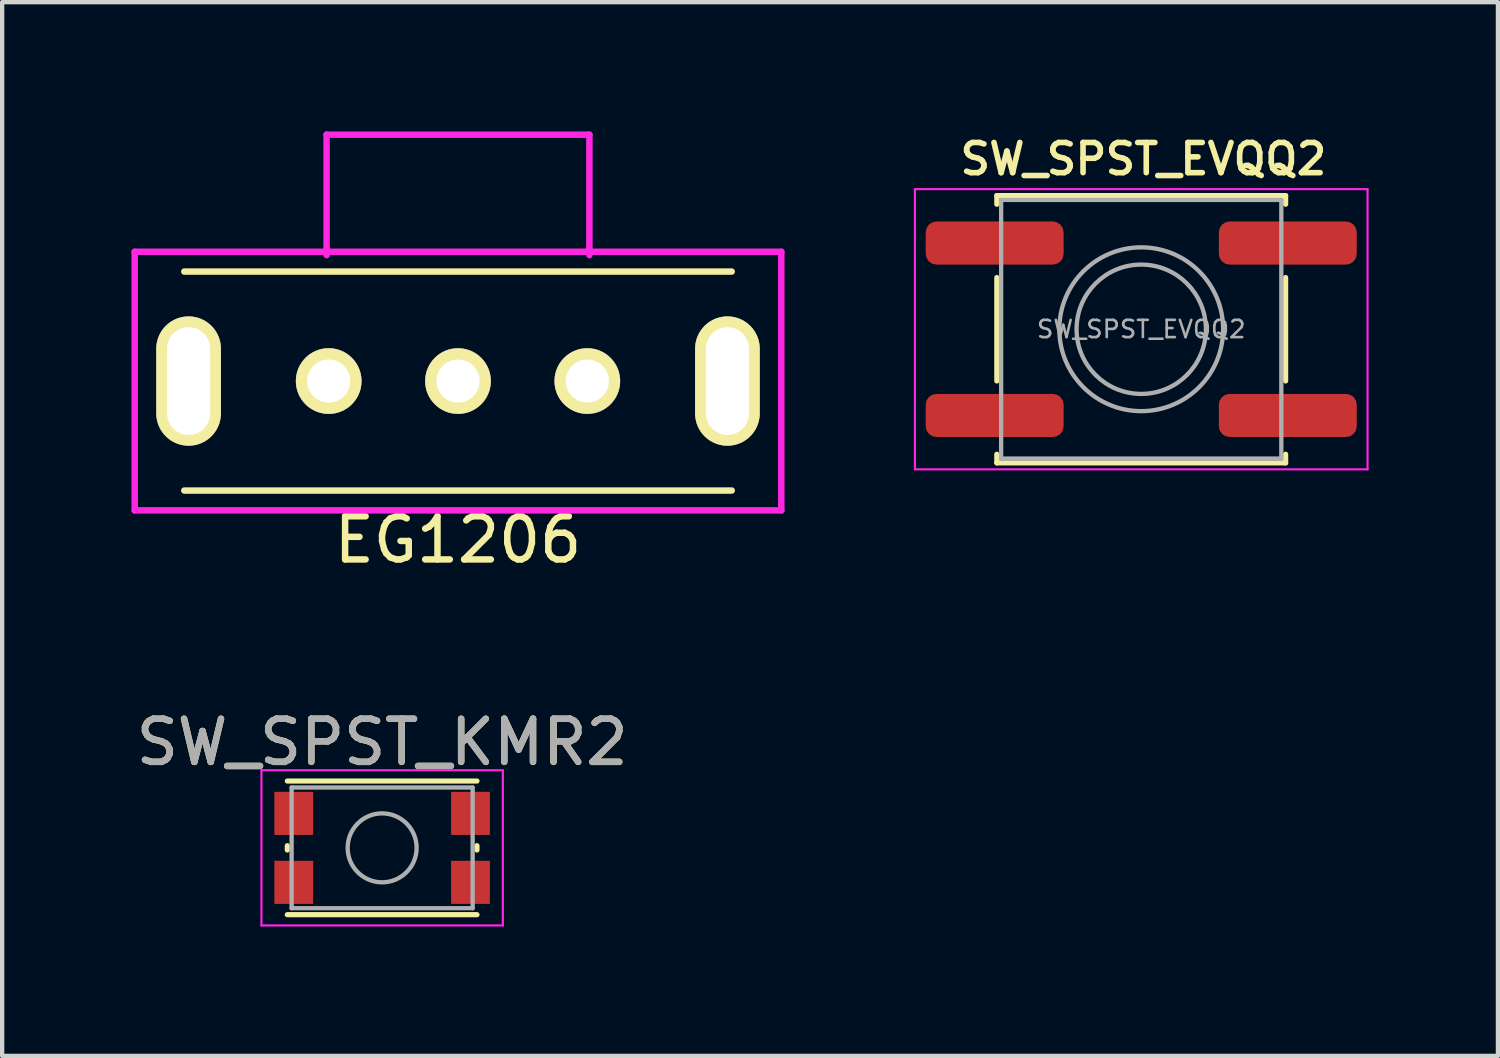
<source format=kicad_pcb>
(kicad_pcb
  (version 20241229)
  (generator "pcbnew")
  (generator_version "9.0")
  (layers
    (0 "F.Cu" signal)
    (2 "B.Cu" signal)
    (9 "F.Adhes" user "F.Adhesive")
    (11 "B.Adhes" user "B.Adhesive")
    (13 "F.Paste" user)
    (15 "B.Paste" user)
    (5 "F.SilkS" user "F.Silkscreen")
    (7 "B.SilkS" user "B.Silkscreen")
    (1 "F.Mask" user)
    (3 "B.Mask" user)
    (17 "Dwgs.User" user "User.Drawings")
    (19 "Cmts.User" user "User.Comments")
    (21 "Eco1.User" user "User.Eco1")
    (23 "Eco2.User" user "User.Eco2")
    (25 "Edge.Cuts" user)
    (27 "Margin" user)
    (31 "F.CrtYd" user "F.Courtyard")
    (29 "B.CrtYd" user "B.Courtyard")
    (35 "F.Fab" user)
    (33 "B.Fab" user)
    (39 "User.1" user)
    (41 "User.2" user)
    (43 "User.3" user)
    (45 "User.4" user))
  (footprint "SW_SPST_KMR2"
    (layer "F.Cu")
    (at 5.815 16.619)
    (property "Reference" "SW_SPST_KMR2" (at 0 -2.45 0) (layer "F.SilkS") (effects (font (size 1 1) (thickness 0.15))))
    (attr smd)
    (fp_line (start -2.2 0.05) (end -2.2 -0.05) (stroke (width 0.12) (type solid)) (layer "F.SilkS"))
    (fp_line (start -2.2 1.55) (end 2.2 1.55) (stroke (width 0.12) (type solid)) (layer "F.SilkS"))
    (fp_line (start 2.2 -1.55) (end -2.2 -1.55) (stroke (width 0.12) (type solid)) (layer "F.SilkS"))
    (fp_line (start 2.2 0.05) (end 2.2 -0.05) (stroke (width 0.12) (type solid)) (layer "F.SilkS"))
    (fp_line (start -2.8 -1.8) (end 2.8 -1.8) (stroke (width 0.05) (type solid)) (layer "F.CrtYd"))
    (fp_line (start -2.8 1.8) (end -2.8 -1.8) (stroke (width 0.05) (type solid)) (layer "F.CrtYd"))
    (fp_line (start 2.8 -1.8) (end 2.8 1.8) (stroke (width 0.05) (type solid)) (layer "F.CrtYd"))
    (fp_line (start 2.8 1.8) (end -2.8 1.8) (stroke (width 0.05) (type solid)) (layer "F.CrtYd"))
    (fp_line (start -2.1 -1.4) (end 2.1 -1.4) (stroke (width 0.1) (type solid)) (layer "F.Fab"))
    (fp_line (start -2.1 1.4) (end -2.1 -1.4) (stroke (width 0.1) (type solid)) (layer "F.Fab"))
    (fp_line (start 2.1 -1.4) (end 2.1 1.4) (stroke (width 0.1) (type solid)) (layer "F.Fab"))
    (fp_line (start 2.1 1.4) (end -2.1 1.4) (stroke (width 0.1) (type solid)) (layer "F.Fab"))
    (fp_circle (center 0 0) (end 0 0.8) (stroke (width 0.1) (type solid)) (fill no) (layer "F.Fab"))
    (fp_text user "${REFERENCE}" (at 0 -2.45 0) (layer "F.Fab") (effects (font (size 1 1) (thickness 0.15))))
    (pad "1" smd rect (at -2.05 -0.8) (size 0.9 1) (layers "F.Cu" "F.Mask" "F.Paste"))
    (pad "1" smd rect (at 2.05 -0.8) (size 0.9 1) (layers "F.Cu" "F.Mask" "F.Paste"))
    (pad "2" smd rect (at -2.05 0.8) (size 0.9 1) (layers "F.Cu" "F.Mask" "F.Paste"))
    (pad "2" smd rect (at 2.05 0.8) (size 0.9 1) (layers "F.Cu" "F.Mask" "F.Paste")))
  (footprint "EG1206"
    (layer "F.Cu")
    (at 7.575 5.79)
    (property "Reference" "EG1206" (at 0 3.683 0) (layer "F.SilkS") (effects (font (size 1 1) (thickness 0.15))))
    (attr through_hole)
    (fp_line (start 6.35 -2.54) (end -6.35 -2.54) (stroke (width 0.15) (type solid)) (layer "F.SilkS"))
    (fp_line (start 6.35 2.54) (end -6.35 2.54) (stroke (width 0.15) (type solid)) (layer "F.SilkS"))
    (fp_line (start -7.5 -3) (end -7.5 3) (stroke (width 0.15) (type solid)) (layer "F.CrtYd"))
    (fp_line (start -7.5 -3) (end 7.5 -3) (stroke (width 0.15) (type solid)) (layer "F.CrtYd"))
    (fp_line (start -7.5 3) (end 7.5 3) (stroke (width 0.15) (type solid)) (layer "F.CrtYd"))
    (fp_line (start -3.048 -5.715) (end -3.048 -2.921) (stroke (width 0.15) (type solid)) (layer "F.CrtYd"))
    (fp_line (start -3.048 -5.715) (end 3.048 -5.715) (stroke (width 0.15) (type solid)) (layer "F.CrtYd"))
    (fp_line (start 3.048 -5.715) (end 3.048 -2.921) (stroke (width 0.15) (type solid)) (layer "F.CrtYd"))
    (fp_line (start 7.5 -3) (end 7.5 3) (stroke (width 0.15) (type solid)) (layer "F.CrtYd"))
    (pad "" np_thru_hole oval (at -6.25 0 90) (size 3 1.5) (drill oval 2.5 1) (layers "*.Cu" "*.Mask" "F.SilkS"))
    (pad "" np_thru_hole oval (at 6.25 0 90) (size 3 1.5) (drill oval 2.5 1) (layers "*.Cu" "*.Mask" "F.SilkS"))
    (pad "1" thru_hole circle (at -3 0) (size 1.524 1.524) (drill 1) (layers "*.Cu" "*.Mask" "F.SilkS"))
    (pad "2" thru_hole circle (at 0 0) (size 1.524 1.524) (drill 1) (layers "*.Cu" "*.Mask" "F.SilkS"))
    (pad "3" thru_hole circle (at 3 0) (size 1.524 1.524) (drill 1) (layers "*.Cu" "*.Mask" "F.SilkS")))
  (footprint "SW_SPST_EVQQ2"
    (layer "F.Cu")
    (at 23.425 4.588)
    (property "Reference" "SW_SPST_EVQQ2" (at 0.05 -3.95 0) (layer "F.SilkS") (effects (font (size 0.7 0.7) (thickness 0.13))))
    (attr smd)
    (fp_line (start -3.35 -3.1) (end -3.35 -2.9) (stroke (width 0.12) (type solid)) (layer "F.SilkS"))
    (fp_line (start -3.35 -1.2) (end -3.35 1.2) (stroke (width 0.12) (type solid)) (layer "F.SilkS"))
    (fp_line (start -3.35 3.1) (end -3.35 2.9) (stroke (width 0.12) (type solid)) (layer "F.SilkS"))
    (fp_line (start -3.35 3.1) (end 3.35 3.1) (stroke (width 0.12) (type solid)) (layer "F.SilkS"))
    (fp_line (start 3.35 -3.1) (end -3.35 -3.1) (stroke (width 0.12) (type solid)) (layer "F.SilkS"))
    (fp_line (start 3.35 -3.1) (end 3.35 -2.9) (stroke (width 0.12) (type solid)) (layer "F.SilkS"))
    (fp_line (start 3.35 -1.2) (end 3.35 1.2) (stroke (width 0.12) (type solid)) (layer "F.SilkS"))
    (fp_line (start 3.35 3.1) (end 3.35 2.9) (stroke (width 0.12) (type solid)) (layer "F.SilkS"))
    (fp_line (start -5.25 -3.25) (end 5.25 -3.25) (stroke (width 0.05) (type solid)) (layer "F.CrtYd"))
    (fp_line (start -5.25 3.25) (end -5.25 -3.25) (stroke (width 0.05) (type solid)) (layer "F.CrtYd"))
    (fp_line (start 5.25 -3.25) (end 5.25 3.25) (stroke (width 0.05) (type solid)) (layer "F.CrtYd"))
    (fp_line (start 5.25 3.25) (end -5.25 3.25) (stroke (width 0.05) (type solid)) (layer "F.CrtYd"))
    (fp_line (start -3.25 -3) (end 3.25 -3) (stroke (width 0.1) (type solid)) (layer "F.Fab"))
    (fp_line (start -3.25 3) (end -3.25 -3) (stroke (width 0.1) (type solid)) (layer "F.Fab"))
    (fp_line (start 3.25 -3) (end 3.25 3) (stroke (width 0.1) (type solid)) (layer "F.Fab"))
    (fp_line (start 3.25 3) (end -3.25 3) (stroke (width 0.1) (type solid)) (layer "F.Fab"))
    (fp_circle (center 0 0) (end 1.5 0) (stroke (width 0.1) (type solid)) (fill no) (layer "F.Fab"))
    (fp_circle (center 0 0) (end 1.9 0) (stroke (width 0.1) (type solid)) (fill no) (layer "F.Fab"))
    (fp_text user "${REFERENCE}" (at 0 0 0) (layer "F.Fab") (effects (font (size 0.4 0.4) (thickness 0.06))))
    (pad "1" smd roundrect (at -3.4 -2) (size 3.2 1) (layers "F.Cu" "F.Mask" "F.Paste") (roundrect_rratio 0.25))
    (pad "1" smd roundrect (at 3.4 -2) (size 3.2 1) (layers "F.Cu" "F.Mask" "F.Paste") (roundrect_rratio 0.25))
    (pad "2" smd roundrect (at -3.4 2) (size 3.2 1) (layers "F.Cu" "F.Mask" "F.Paste") (roundrect_rratio 0.25))
    (pad "2" smd roundrect (at 3.4 2) (size 3.2 1) (layers "F.Cu" "F.Mask" "F.Paste") (roundrect_rratio 0.25)))
  (gr_rect
    (start -3 -3)
    (end 31.7 21.445)
    (stroke (width 0.1) (type default))
    (fill no)
    (layer "Edge.Cuts")))
</source>
